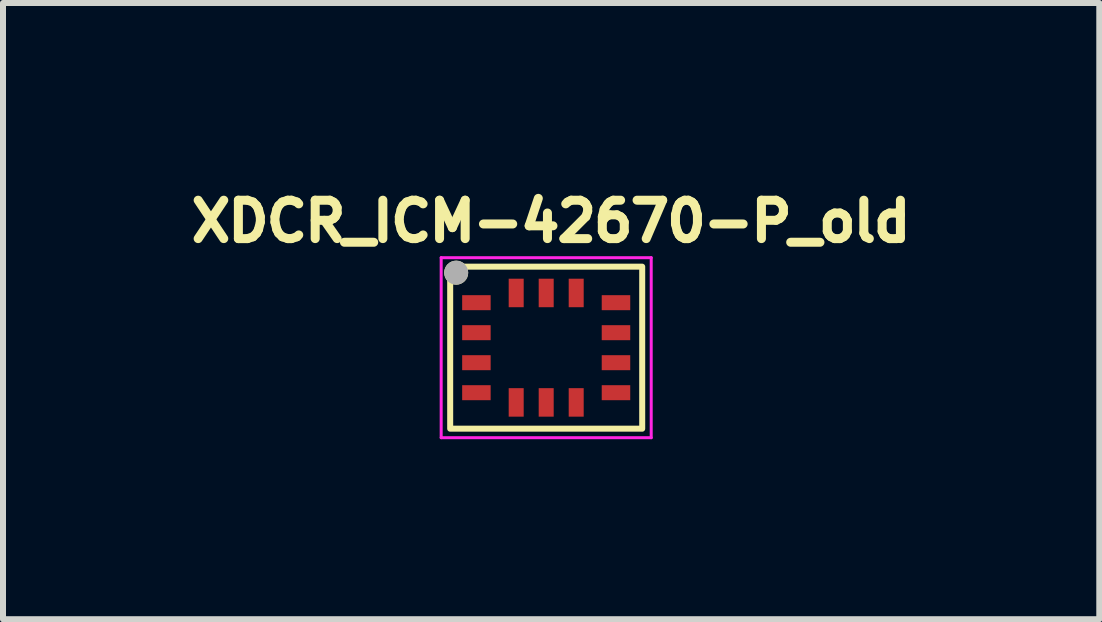
<source format=kicad_pcb>
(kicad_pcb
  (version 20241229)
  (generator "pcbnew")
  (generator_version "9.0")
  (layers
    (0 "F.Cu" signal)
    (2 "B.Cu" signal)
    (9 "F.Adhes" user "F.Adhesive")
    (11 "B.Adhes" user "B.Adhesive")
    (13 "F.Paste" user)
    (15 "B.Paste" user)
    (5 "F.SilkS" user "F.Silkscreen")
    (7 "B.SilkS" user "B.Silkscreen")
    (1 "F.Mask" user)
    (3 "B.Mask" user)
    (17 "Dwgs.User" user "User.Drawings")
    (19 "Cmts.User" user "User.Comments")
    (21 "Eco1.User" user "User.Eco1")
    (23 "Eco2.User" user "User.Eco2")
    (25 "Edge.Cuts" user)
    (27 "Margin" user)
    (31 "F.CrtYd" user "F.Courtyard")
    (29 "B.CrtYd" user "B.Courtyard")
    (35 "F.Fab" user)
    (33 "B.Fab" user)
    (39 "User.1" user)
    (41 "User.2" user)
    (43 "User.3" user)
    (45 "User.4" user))
  (footprint "XDCR_ICM-42670-P_old"
    (layer "F.Cu")
    (at 6.052 2.744)
    (property "Reference" "XDCR_ICM-42670-P_old" (at 0.082 -2.106 0) (layer "F.SilkS") (effects (font (size 0.64 0.64) (thickness 0.15))))
    (attr smd)
    (fp_poly (pts (xy -1.45 -0.925) (xy -0.875 -0.925) (xy -0.875 -0.575) (xy -1.45 -0.575)) (stroke (width 0.01) (type solid)) (fill yes) (layer "F.Mask"))
    (fp_poly (pts (xy -1.45 -0.425) (xy -0.875 -0.425) (xy -0.875 -0.075) (xy -1.45 -0.075)) (stroke (width 0.01) (type solid)) (fill yes) (layer "F.Mask"))
    (fp_poly (pts (xy -1.45 0.075) (xy -0.875 0.075) (xy -0.875 0.425) (xy -1.45 0.425)) (stroke (width 0.01) (type solid)) (fill yes) (layer "F.Mask"))
    (fp_poly (pts (xy -1.45 0.575) (xy -0.875 0.575) (xy -0.875 0.925) (xy -1.45 0.925)) (stroke (width 0.01) (type solid)) (fill yes) (layer "F.Mask"))
    (fp_poly (pts (xy -0.675 -1.2) (xy -0.325 -1.2) (xy -0.325 -0.625) (xy -0.675 -0.625)) (stroke (width 0.01) (type solid)) (fill yes) (layer "F.Mask"))
    (fp_poly (pts (xy -0.675 0.625) (xy -0.325 0.625) (xy -0.325 1.2) (xy -0.675 1.2)) (stroke (width 0.01) (type solid)) (fill yes) (layer "F.Mask"))
    (fp_poly (pts (xy -0.175 -1.2) (xy 0.175 -1.2) (xy 0.175 -0.625) (xy -0.175 -0.625)) (stroke (width 0.01) (type solid)) (fill yes) (layer "F.Mask"))
    (fp_poly (pts (xy -0.175 0.625) (xy 0.175 0.625) (xy 0.175 1.2) (xy -0.175 1.2)) (stroke (width 0.01) (type solid)) (fill yes) (layer "F.Mask"))
    (fp_poly (pts (xy 0.325 -1.2) (xy 0.675 -1.2) (xy 0.675 -0.625) (xy 0.325 -0.625)) (stroke (width 0.01) (type solid)) (fill yes) (layer "F.Mask"))
    (fp_poly (pts (xy 0.325 0.625) (xy 0.675 0.625) (xy 0.675 1.2) (xy 0.325 1.2)) (stroke (width 0.01) (type solid)) (fill yes) (layer "F.Mask"))
    (fp_poly (pts (xy 0.875 -0.925) (xy 1.45 -0.925) (xy 1.45 -0.575) (xy 0.875 -0.575)) (stroke (width 0.01) (type solid)) (fill yes) (layer "F.Mask"))
    (fp_poly (pts (xy 0.875 -0.425) (xy 1.45 -0.425) (xy 1.45 -0.075) (xy 0.875 -0.075)) (stroke (width 0.01) (type solid)) (fill yes) (layer "F.Mask"))
    (fp_poly (pts (xy 0.875 0.075) (xy 1.45 0.075) (xy 1.45 0.425) (xy 0.875 0.425)) (stroke (width 0.01) (type solid)) (fill yes) (layer "F.Mask"))
    (fp_poly (pts (xy 0.875 0.575) (xy 1.45 0.575) (xy 1.45 0.925) (xy 0.875 0.925)) (stroke (width 0.01) (type solid)) (fill yes) (layer "F.Mask"))
    (fp_rect (start -1.6 -1.35) (end 1.6 1.35) (stroke (width 0.1) (type solid)) (fill no) (layer "F.SilkS"))
    (fp_circle (center -1.5 -1.25) (end -1.4 -1.25) (stroke (width 0.2) (type solid)) (fill no) (layer "F.SilkS"))
    (fp_poly (pts (xy -1.387 -0.869) (xy -0.938 -0.869) (xy -0.938 -0.631) (xy -1.387 -0.631)) (stroke (width 0.01) (type solid)) (fill yes) (layer "F.Paste"))
    (fp_poly (pts (xy -1.387 -0.369) (xy -0.938 -0.369) (xy -0.938 -0.131) (xy -1.387 -0.131)) (stroke (width 0.01) (type solid)) (fill yes) (layer "F.Paste"))
    (fp_poly (pts (xy -1.387 0.131) (xy -0.938 0.131) (xy -0.938 0.369) (xy -1.387 0.369)) (stroke (width 0.01) (type solid)) (fill yes) (layer "F.Paste"))
    (fp_poly (pts (xy -1.387 0.631) (xy -0.938 0.631) (xy -0.938 0.869) (xy -1.387 0.869)) (stroke (width 0.01) (type solid)) (fill yes) (layer "F.Paste"))
    (fp_poly (pts (xy -0.619 -1.137) (xy -0.381 -1.137) (xy -0.381 -0.688) (xy -0.619 -0.688)) (stroke (width 0.01) (type solid)) (fill yes) (layer "F.Paste"))
    (fp_poly (pts (xy -0.619 0.688) (xy -0.381 0.688) (xy -0.381 1.137) (xy -0.619 1.137)) (stroke (width 0.01) (type solid)) (fill yes) (layer "F.Paste"))
    (fp_poly (pts (xy -0.119 -1.137) (xy 0.119 -1.137) (xy 0.119 -0.688) (xy -0.119 -0.688)) (stroke (width 0.01) (type solid)) (fill yes) (layer "F.Paste"))
    (fp_poly (pts (xy -0.119 0.688) (xy 0.119 0.688) (xy 0.119 1.137) (xy -0.119 1.137)) (stroke (width 0.01) (type solid)) (fill yes) (layer "F.Paste"))
    (fp_poly (pts (xy 0.381 -1.137) (xy 0.619 -1.137) (xy 0.619 -0.688) (xy 0.381 -0.688)) (stroke (width 0.01) (type solid)) (fill yes) (layer "F.Paste"))
    (fp_poly (pts (xy 0.381 0.688) (xy 0.619 0.688) (xy 0.619 1.137) (xy 0.381 1.137)) (stroke (width 0.01) (type solid)) (fill yes) (layer "F.Paste"))
    (fp_poly (pts (xy 0.938 -0.869) (xy 1.387 -0.869) (xy 1.387 -0.631) (xy 0.938 -0.631)) (stroke (width 0.01) (type solid)) (fill yes) (layer "F.Paste"))
    (fp_poly (pts (xy 0.938 -0.369) (xy 1.387 -0.369) (xy 1.387 -0.131) (xy 0.938 -0.131)) (stroke (width 0.01) (type solid)) (fill yes) (layer "F.Paste"))
    (fp_poly (pts (xy 0.938 0.131) (xy 1.387 0.131) (xy 1.387 0.369) (xy 0.938 0.369)) (stroke (width 0.01) (type solid)) (fill yes) (layer "F.Paste"))
    (fp_poly (pts (xy 0.938 0.631) (xy 1.387 0.631) (xy 1.387 0.869) (xy 0.938 0.869)) (stroke (width 0.01) (type solid)) (fill yes) (layer "F.Paste"))
    (fp_line (start -1.75 -1.5) (end -1.75 1.5) (stroke (width 0.05) (type solid)) (layer "F.CrtYd"))
    (fp_line (start -1.75 1.5) (end 1.75 1.5) (stroke (width 0.05) (type solid)) (layer "F.CrtYd"))
    (fp_line (start 1.75 -1.5) (end -1.75 -1.5) (stroke (width 0.05) (type solid)) (layer "F.CrtYd"))
    (fp_line (start 1.75 1.5) (end 1.75 -1.5) (stroke (width 0.05) (type solid)) (layer "F.CrtYd"))
    (fp_circle (center -1.5 -1.25) (end -1.4 -1.25) (stroke (width 0.2) (type solid)) (fill no) (layer "F.Fab"))
    (pad "1" smd rect (at -1.163 -0.75) (size 0.475 0.25) (layers "F.Cu"))
    (pad "2" smd rect (at -1.163 -0.25) (size 0.475 0.25) (layers "F.Cu"))
    (pad "3" smd rect (at -1.163 0.25) (size 0.475 0.25) (layers "F.Cu"))
    (pad "4" smd rect (at -1.163 0.75) (size 0.475 0.25) (layers "F.Cu"))
    (pad "5" smd rect (at -0.5 0.912) (size 0.25 0.475) (layers "F.Cu"))
    (pad "6" smd rect (at 0 0.912) (size 0.25 0.475) (layers "F.Cu"))
    (pad "7" smd rect (at 0.5 0.912) (size 0.25 0.475) (layers "F.Cu"))
    (pad "8" smd rect (at 1.163 0.75) (size 0.475 0.25) (layers "F.Cu"))
    (pad "9" smd rect (at 1.163 0.25) (size 0.475 0.25) (layers "F.Cu"))
    (pad "10" smd rect (at 1.163 -0.25) (size 0.475 0.25) (layers "F.Cu"))
    (pad "11" smd rect (at 1.163 -0.75) (size 0.475 0.25) (layers "F.Cu"))
    (pad "12" smd rect (at 0.5 -0.912) (size 0.25 0.475) (layers "F.Cu"))
    (pad "13" smd rect (at 0 -0.912) (size 0.25 0.475) (layers "F.Cu"))
    (pad "14" smd rect (at -0.5 -0.912) (size 0.25 0.475) (layers "F.Cu"))
    (zone (net_name "") (layer "F.Cu") (hatch full 0.508) (connect_pads) (min_thickness 0.01) (filled_areas_thickness no) (keepout (tracks not_allowed) (vias not_allowed) (pads not_allowed) (copperpour not_allowed) (footprints allowed)) (placement (enabled no)) (fill) (polygon (pts (xy 5.127 2.069) (xy 6.977 2.069) (xy 6.977 3.419) (xy 5.127 3.419))))
    (zone (net_name "") (layers "F.Cu" "B.Cu") (hatch full 0.508) (connect_pads) (min_thickness 0.01) (filled_areas_thickness no) (keepout (tracks allowed) (vias not_allowed) (pads allowed) (copperpour allowed) (footprints allowed)) (placement (enabled no)) (fill) (polygon (pts (xy 5.127 2.069) (xy 6.977 2.069) (xy 6.977 3.419) (xy 5.127 3.419)))))
  (gr_rect
    (start -3 -3)
    (end 15.269 7.269)
    (stroke (width 0.1) (type default))
    (fill no)
    (layer "Edge.Cuts")))
</source>
